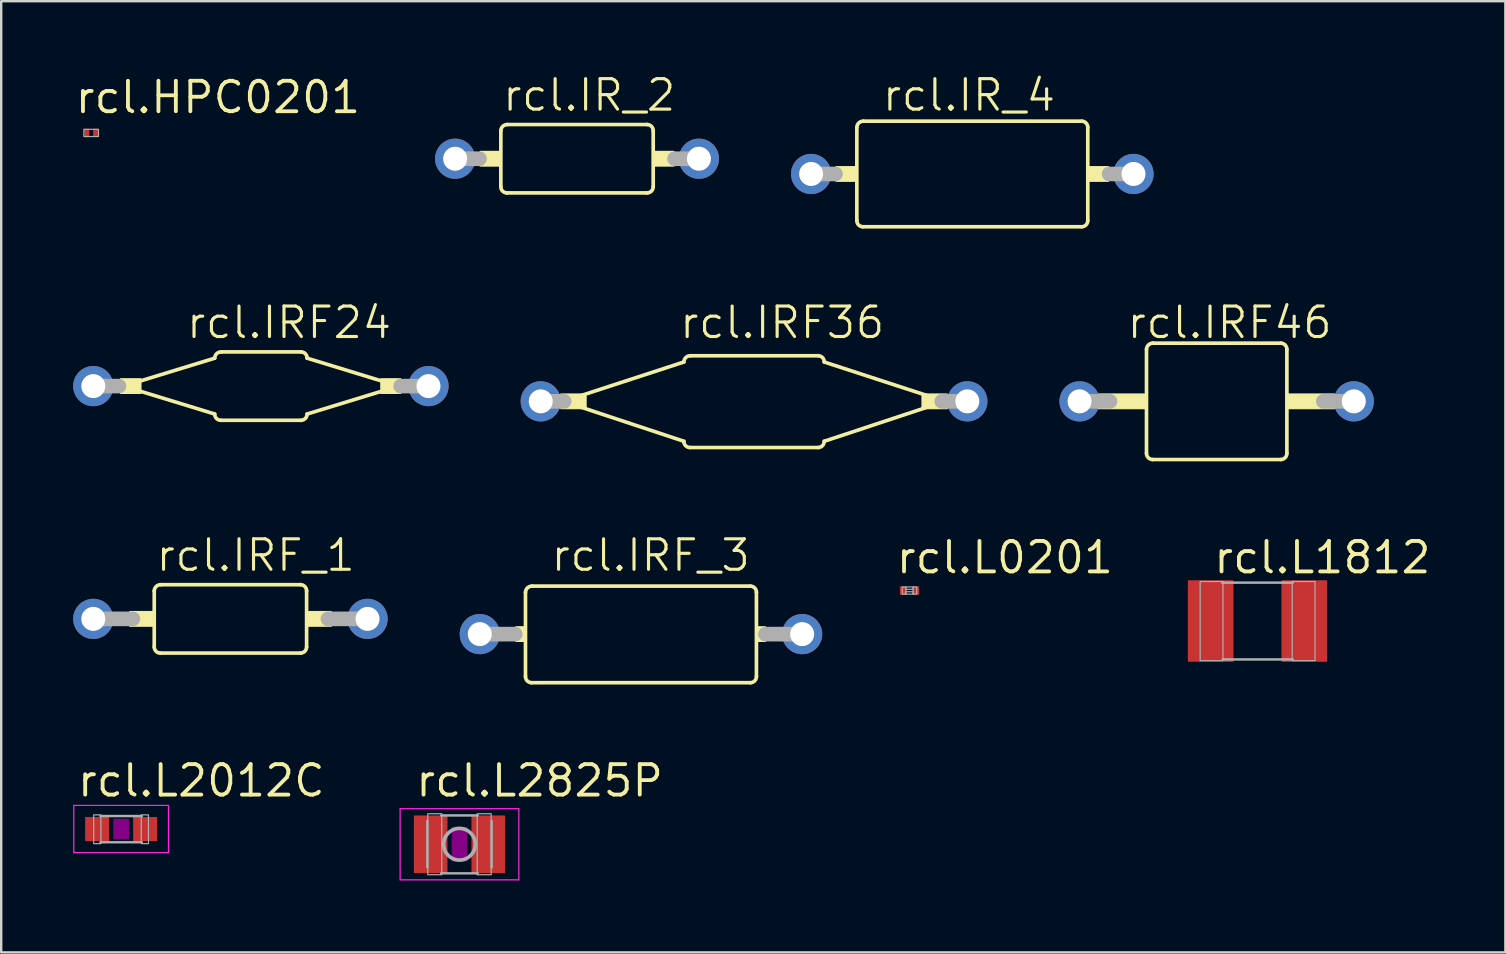
<source format=kicad_pcb>
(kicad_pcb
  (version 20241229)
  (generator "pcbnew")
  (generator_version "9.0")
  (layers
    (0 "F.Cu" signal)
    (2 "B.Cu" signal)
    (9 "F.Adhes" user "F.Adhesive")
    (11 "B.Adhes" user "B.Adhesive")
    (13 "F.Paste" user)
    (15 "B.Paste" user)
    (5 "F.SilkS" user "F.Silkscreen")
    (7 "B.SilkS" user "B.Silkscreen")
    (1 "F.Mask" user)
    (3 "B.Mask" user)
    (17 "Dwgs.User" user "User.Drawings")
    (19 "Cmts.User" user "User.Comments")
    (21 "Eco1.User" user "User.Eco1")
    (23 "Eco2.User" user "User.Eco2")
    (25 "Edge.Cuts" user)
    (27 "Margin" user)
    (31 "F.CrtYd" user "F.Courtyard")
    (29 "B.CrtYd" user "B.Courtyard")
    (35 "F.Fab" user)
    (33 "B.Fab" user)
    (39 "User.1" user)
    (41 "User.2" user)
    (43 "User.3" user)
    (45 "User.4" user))
  (footprint "rcl.IRF24"
    (layer "F.Cu")
    (at 7.823 13.041)
    (property "Reference" "rcl.IRF24" (at -3.175 -1.905 0) (layer "F.SilkS") (effects (font (size 1.27 1.27) (thickness 0.13)) (justify left bottom)))
    (attr through_hole)
    (fp_line (start -5.725 0) (end -1.925 -1.164) (stroke (width 0.152) (type default)) (layer "F.SilkS"))
    (fp_line (start -1.925 1.164) (end -5.725 0) (stroke (width 0.152) (type default)) (layer "F.SilkS"))
    (fp_line (start 1.675 -1.425) (end -1.65 -1.425) (stroke (width 0.152) (type default)) (layer "F.SilkS"))
    (fp_line (start 1.675 1.425) (end -1.675 1.425) (stroke (width 0.152) (type default)) (layer "F.SilkS"))
    (fp_line (start 1.925 1.164) (end 5.725 0) (stroke (width 0.152) (type default)) (layer "F.SilkS"))
    (fp_line (start 5.725 0) (end 1.925 -1.164) (stroke (width 0.152) (type default)) (layer "F.SilkS"))
    (fp_rect (start -5.85 0.305) (end -5 -0.305) (stroke (width 0.05) (type default)) (fill yes) (layer "F.SilkS"))
    (fp_rect (start 5 0.305) (end 5.825 -0.305) (stroke (width 0.05) (type default)) (fill yes) (layer "F.SilkS"))
    (fp_arc (start -1.925 -1.164) (mid -1.841555 -1.351454) (end -1.65 -1.425) (stroke (width 0.1524) (type default)) (layer "F.SilkS"))
    (fp_arc (start -1.675 1.425) (mid -1.854055 1.346277) (end -1.925 1.164) (stroke (width 0.1524) (type default)) (layer "F.SilkS"))
    (fp_arc (start 1.675 -1.425) (mid 1.854055 -1.346277) (end 1.925 -1.164) (stroke (width 0.1524) (type default)) (layer "F.SilkS"))
    (fp_arc (start 1.925 1.164) (mid 1.854055 1.346277) (end 1.675 1.425) (stroke (width 0.1524) (type default)) (layer "F.SilkS"))
    (fp_line (start -5.915 0) (end -6.985 0) (stroke (width 0.61) (type default)) (layer "F.Fab"))
    (fp_line (start 5.825 0) (end 6.985 0) (stroke (width 0.61) (type default)) (layer "F.Fab"))
    (pad "1" thru_hole circle (at -6.985 0) (size 1.676 1.676) (drill 1) (layers "*.Cu" "*.Mask"))
    (pad "2" thru_hole circle (at 6.985 0) (size 1.676 1.676) (drill 1) (layers "*.Cu" "*.Mask")))
  (footprint "rcl.IRF46"
    (layer "F.Cu")
    (at 47.656 13.676)
    (property "Reference" "rcl.IRF46" (at -3.81 -2.54 0) (layer "F.SilkS") (effects (font (size 1.27 1.27) (thickness 0.13)) (justify left bottom)))
    (attr through_hole)
    (fp_line (start -2.925 2.164) (end -2.925 -2.164) (stroke (width 0.152) (type default)) (layer "F.SilkS"))
    (fp_line (start 2.675 -2.425) (end -2.65 -2.425) (stroke (width 0.152) (type default)) (layer "F.SilkS"))
    (fp_line (start 2.675 2.425) (end -2.675 2.425) (stroke (width 0.152) (type default)) (layer "F.SilkS"))
    (fp_line (start 2.925 2.164) (end 2.925 -2.164) (stroke (width 0.152) (type default)) (layer "F.SilkS"))
    (fp_rect (start -4.925 0.305) (end -2.925 -0.305) (stroke (width 0.05) (type default)) (fill yes) (layer "F.SilkS"))
    (fp_rect (start 2.925 0.305) (end 4.9 -0.305) (stroke (width 0.05) (type default)) (fill yes) (layer "F.SilkS"))
    (fp_arc (start -2.925 -2.164) (mid -2.841555 -2.351454) (end -2.65 -2.425) (stroke (width 0.1524) (type default)) (layer "F.SilkS"))
    (fp_arc (start -2.675 2.425) (mid -2.854055 2.346277) (end -2.925 2.164) (stroke (width 0.1524) (type default)) (layer "F.SilkS"))
    (fp_arc (start 2.675 -2.425) (mid 2.854055 -2.346277) (end 2.925 -2.164) (stroke (width 0.1524) (type default)) (layer "F.SilkS"))
    (fp_arc (start 2.925 2.164) (mid 2.854055 2.346277) (end 2.675 2.425) (stroke (width 0.1524) (type default)) (layer "F.SilkS"))
    (fp_line (start -5.715 0) (end -4.445 0) (stroke (width 0.61) (type default)) (layer "F.Fab"))
    (fp_line (start 5.715 0) (end 4.445 0) (stroke (width 0.61) (type default)) (layer "F.Fab"))
    (pad "1" thru_hole circle (at -5.715 0) (size 1.676 1.676) (drill 1) (layers "*.Cu" "*.Mask"))
    (pad "2" thru_hole circle (at 5.715 0) (size 1.676 1.676) (drill 1) (layers "*.Cu" "*.Mask")))
  (footprint "rcl.IR_2"
    (layer "F.Cu")
    (at 20.998 3.565)
    (property "Reference" "rcl.IR_2" (at -3.175 -1.905 0) (layer "F.SilkS") (effects (font (size 1.27 1.27) (thickness 0.13)) (justify left bottom)))
    (attr through_hole)
    (fp_line (start -3.175 1.164) (end -3.175 -1.164) (stroke (width 0.152) (type default)) (layer "F.SilkS"))
    (fp_line (start 2.925 -1.425) (end -2.9 -1.425) (stroke (width 0.152) (type default)) (layer "F.SilkS"))
    (fp_line (start 2.925 1.425) (end -2.925 1.425) (stroke (width 0.152) (type default)) (layer "F.SilkS"))
    (fp_line (start 3.175 1.164) (end 3.175 -1.164) (stroke (width 0.152) (type default)) (layer "F.SilkS"))
    (fp_rect (start -4.039 0.305) (end -3.175 -0.305) (stroke (width 0.05) (type default)) (fill yes) (layer "F.SilkS"))
    (fp_rect (start 3.175 0.305) (end 4.039 -0.305) (stroke (width 0.05) (type default)) (fill yes) (layer "F.SilkS"))
    (fp_arc (start -3.175 -1.164) (mid -3.091555 -1.351454) (end -2.9 -1.425) (stroke (width 0.1524) (type default)) (layer "F.SilkS"))
    (fp_arc (start -2.925 1.425) (mid -3.104055 1.346277) (end -3.175 1.164) (stroke (width 0.1524) (type default)) (layer "F.SilkS"))
    (fp_arc (start 2.925 -1.425) (mid 3.104055 -1.346277) (end 3.175 -1.164) (stroke (width 0.1524) (type default)) (layer "F.SilkS"))
    (fp_arc (start 3.175 1.164) (mid 3.104055 1.346277) (end 2.925 1.425) (stroke (width 0.1524) (type default)) (layer "F.SilkS"))
    (fp_line (start -5.08 0) (end -4.064 0) (stroke (width 0.61) (type default)) (layer "F.Fab"))
    (fp_line (start 5.08 0) (end 4.064 0) (stroke (width 0.61) (type default)) (layer "F.Fab"))
    (pad "1" thru_hole circle (at -5.08 0) (size 1.676 1.676) (drill 1) (layers "*.Cu" "*.Mask"))
    (pad "2" thru_hole circle (at 5.08 0) (size 1.676 1.676) (drill 1) (layers "*.Cu" "*.Mask")))
  (footprint "rcl.IRF_1"
    (layer "F.Cu")
    (at 6.553 22.742)
    (property "Reference" "rcl.IRF_1" (at -3.175 -1.905 0) (layer "F.SilkS") (effects (font (size 1.27 1.27) (thickness 0.13)) (justify left bottom)))
    (attr through_hole)
    (fp_line (start -3.175 1.164) (end -3.175 -1.164) (stroke (width 0.152) (type default)) (layer "F.SilkS"))
    (fp_line (start 2.925 -1.425) (end -2.9 -1.425) (stroke (width 0.152) (type default)) (layer "F.SilkS"))
    (fp_line (start 2.925 1.425) (end -2.925 1.425) (stroke (width 0.152) (type default)) (layer "F.SilkS"))
    (fp_line (start 3.175 1.164) (end 3.175 -1.164) (stroke (width 0.152) (type default)) (layer "F.SilkS"))
    (fp_rect (start -4.2 0.305) (end -3.175 -0.305) (stroke (width 0.05) (type default)) (fill yes) (layer "F.SilkS"))
    (fp_rect (start 3.175 0.305) (end 4.2 -0.305) (stroke (width 0.05) (type default)) (fill yes) (layer "F.SilkS"))
    (fp_arc (start -3.175 -1.164) (mid -3.091555 -1.351454) (end -2.9 -1.425) (stroke (width 0.1524) (type default)) (layer "F.SilkS"))
    (fp_arc (start -2.925 1.425) (mid -3.104055 1.346277) (end -3.175 1.164) (stroke (width 0.1524) (type default)) (layer "F.SilkS"))
    (fp_arc (start 2.925 -1.425) (mid 3.104055 -1.346277) (end 3.175 -1.164) (stroke (width 0.1524) (type default)) (layer "F.SilkS"))
    (fp_arc (start 3.175 1.164) (mid 3.104055 1.346277) (end 2.925 1.425) (stroke (width 0.1524) (type default)) (layer "F.SilkS"))
    (fp_line (start -5.715 0) (end -4.064 0) (stroke (width 0.61) (type default)) (layer "F.Fab"))
    (fp_line (start 5.715 0) (end 4.064 0) (stroke (width 0.61) (type default)) (layer "F.Fab"))
    (pad "1" thru_hole circle (at -5.715 0) (size 1.676 1.676) (drill 1) (layers "*.Cu" "*.Mask"))
    (pad "2" thru_hole circle (at 5.715 0) (size 1.676 1.676) (drill 1) (layers "*.Cu" "*.Mask")))
  (footprint "rcl.L2012C"
    (layer "F.Cu")
    (at 1.998 31.499)
    (property "Reference" "rcl.L2012C" (at -1.905 -1.27 0) (layer "F.SilkS") (effects (font (size 1.27 1.27) (thickness 0.16)) (justify left bottom)))
    (attr smd)
    (fp_rect (start -0.3 0.4) (end 0.3 -0.4) (stroke (width 0.05) (type default)) (fill yes) (layer "F.Adhes"))
    (fp_line (start -1.973 -0.983) (end 1.973 -0.983) (stroke (width 0.051) (type default)) (layer "F.CrtYd"))
    (fp_line (start -1.973 0.983) (end -1.973 -0.983) (stroke (width 0.051) (type default)) (layer "F.CrtYd"))
    (fp_line (start 1.973 -0.983) (end 1.973 0.983) (stroke (width 0.051) (type default)) (layer "F.CrtYd"))
    (fp_line (start 1.973 0.983) (end -1.973 0.983) (stroke (width 0.051) (type default)) (layer "F.CrtYd"))
    (fp_line (start -0.864 -0.54) (end 0.864 -0.54) (stroke (width 0.102) (type default)) (layer "F.Fab"))
    (fp_line (start -0.864 0.553) (end 0.864 0.553) (stroke (width 0.102) (type default)) (layer "F.Fab"))
    (fp_rect (start -1.143 0.61) (end -0.843 -0.59) (stroke (width 0.05) (type default)) (fill no) (layer "F.Fab"))
    (fp_rect (start 0.838 0.61) (end 1.138 -0.59) (stroke (width 0.05) (type default)) (fill no) (layer "F.Fab"))
    (pad "1" smd roundrect (at -1 0) (size 1 1) (layers "F.Cu" "F.Mask" "F.Paste") (roundrect_rratio 0.01))
    (pad "2" smd roundrect (at 1 0) (size 1 1) (layers "F.Cu" "F.Mask" "F.Paste") (roundrect_rratio 0.01)))
  (footprint "rcl.IRF_3"
    (layer "F.Cu")
    (at 23.65 23.377)
    (property "Reference" "rcl.IRF_3" (at -3.81 -2.54 0) (layer "F.SilkS") (effects (font (size 1.27 1.27) (thickness 0.13)) (justify left bottom)))
    (attr through_hole)
    (fp_line (start -4.8 1.764) (end -4.8 -1.739) (stroke (width 0.152) (type default)) (layer "F.SilkS"))
    (fp_line (start 4.575 -2) (end -4.525 -2) (stroke (width 0.152) (type default)) (layer "F.SilkS"))
    (fp_line (start 4.575 2.025) (end -4.55 2.025) (stroke (width 0.152) (type default)) (layer "F.SilkS"))
    (fp_line (start 4.825 1.764) (end 4.825 -1.739) (stroke (width 0.152) (type default)) (layer "F.SilkS"))
    (fp_rect (start -5.2 0.305) (end -4.8 -0.305) (stroke (width 0.05) (type default)) (fill yes) (layer "F.SilkS"))
    (fp_rect (start 4.825 0.305) (end 5.2 -0.305) (stroke (width 0.05) (type default)) (fill yes) (layer "F.SilkS"))
    (fp_arc (start -4.8 -1.739) (mid -4.716555 -1.926454) (end -4.525 -2) (stroke (width 0.1524) (type default)) (layer "F.SilkS"))
    (fp_arc (start -4.55 2.025) (mid -4.729055 1.946277) (end -4.8 1.764) (stroke (width 0.1524) (type default)) (layer "F.SilkS"))
    (fp_arc (start 4.575 -2) (mid 4.754055 -1.921277) (end 4.825 -1.739) (stroke (width 0.1524) (type default)) (layer "F.SilkS"))
    (fp_arc (start 4.825 1.764) (mid 4.754055 1.946277) (end 4.575 2.025) (stroke (width 0.1524) (type default)) (layer "F.SilkS"))
    (fp_line (start -6.705 0) (end -5.225 0) (stroke (width 0.61) (type default)) (layer "F.Fab"))
    (fp_line (start 6.73 0) (end 5.2 0) (stroke (width 0.61) (type default)) (layer "F.Fab"))
    (pad "1" thru_hole circle (at -6.705 0) (size 1.676 1.676) (drill 1) (layers "*.Cu" "*.Mask"))
    (pad "2" thru_hole circle (at 6.73 0) (size 1.676 1.676) (drill 1) (layers "*.Cu" "*.Mask")))
  (footprint "rcl.HPC0201"
    (layer "F.Cu")
    (at 0.75 2.49)
    (property "Reference" "rcl.HPC0201" (at -0.75 -0.74 0) (layer "F.SilkS") (effects (font (size 1.27 1.27) (thickness 0.16)) (justify left bottom)))
    (attr smd)
    (fp_rect (start -0.305 0.15) (end 0.305 -0.15) (stroke (width 0.05) (type default)) (fill no) (layer "F.Fab"))
    (pad "1" smd roundrect (at -0.18 0) (size 0.2 0.35) (layers "F.Cu" "F.Mask" "F.Paste") (roundrect_rratio 0.01))
    (pad "2" smd roundrect (at 0.18 0) (size 0.2 0.35) (layers "F.Cu" "F.Mask" "F.Paste") (roundrect_rratio 0.01)))
  (footprint "rcl.L0201"
    (layer "F.Cu")
    (at 34.853 21.562)
    (property "Reference" "rcl.L0201" (at -0.635 -0.635 0) (layer "F.SilkS") (effects (font (size 1.27 1.27) (thickness 0.16)) (justify left bottom)))
    (attr smd)
    (fp_rect (start -0.3 0.15) (end -0.15 -0.15) (stroke (width 0.05) (type default)) (fill no) (layer "F.Fab"))
    (fp_rect (start -0.15 -0.05) (end 0.15 -0.15) (stroke (width 0.05) (type default)) (fill no) (layer "F.Fab"))
    (fp_rect (start -0.15 0.15) (end 0.15 0.05) (stroke (width 0.05) (type default)) (fill no) (layer "F.Fab"))
    (fp_rect (start 0.15 0.15) (end 0.3 -0.15) (stroke (width 0.05) (type default)) (fill no) (layer "F.Fab"))
    (pad "1" smd roundrect (at -0.275 0) (size 0.25 0.35) (layers "F.Cu" "F.Mask" "F.Paste") (roundrect_rratio 0.01))
    (pad "2" smd roundrect (at 0.275 0) (size 0.25 0.35) (layers "F.Cu" "F.Mask" "F.Paste") (roundrect_rratio 0.01)))
  (footprint "rcl.IRF36"
    (layer "F.Cu")
    (at 28.375 13.676)
    (property "Reference" "rcl.IRF36" (at -3.175 -2.54 0) (layer "F.SilkS") (effects (font (size 1.27 1.27) (thickness 0.13)) (justify left bottom)))
    (attr through_hole)
    (fp_line (start -7.95 0) (end -2.925 -1.639) (stroke (width 0.152) (type default)) (layer "F.SilkS"))
    (fp_line (start -2.925 1.664) (end -7.95 0) (stroke (width 0.152) (type default)) (layer "F.SilkS"))
    (fp_line (start 2.675 -1.9) (end -2.65 -1.9) (stroke (width 0.152) (type default)) (layer "F.SilkS"))
    (fp_line (start 2.675 1.925) (end -2.675 1.925) (stroke (width 0.152) (type default)) (layer "F.SilkS"))
    (fp_line (start 2.925 1.664) (end 7.95 0) (stroke (width 0.152) (type default)) (layer "F.SilkS"))
    (fp_line (start 7.95 0) (end 2.925 -1.639) (stroke (width 0.152) (type default)) (layer "F.SilkS"))
    (fp_rect (start -8.05 0.305) (end -7 -0.305) (stroke (width 0.05) (type default)) (fill yes) (layer "F.SilkS"))
    (fp_rect (start 7 0.305) (end 8.05 -0.305) (stroke (width 0.05) (type default)) (fill yes) (layer "F.SilkS"))
    (fp_arc (start -2.925 -1.639) (mid -2.841555 -1.826454) (end -2.65 -1.9) (stroke (width 0.1524) (type default)) (layer "F.SilkS"))
    (fp_arc (start -2.675 1.925) (mid -2.854055 1.846277) (end -2.925 1.664) (stroke (width 0.1524) (type default)) (layer "F.SilkS"))
    (fp_arc (start 2.675 -1.9) (mid 2.854055 -1.821277) (end 2.925 -1.639) (stroke (width 0.1524) (type default)) (layer "F.SilkS"))
    (fp_arc (start 2.925 1.664) (mid 2.854055 1.846277) (end 2.675 1.925) (stroke (width 0.1524) (type default)) (layer "F.SilkS"))
    (fp_line (start -7.915 0) (end -8.89 0) (stroke (width 0.61) (type default)) (layer "F.Fab"))
    (fp_line (start 7.825 0) (end 8.89 0) (stroke (width 0.61) (type default)) (layer "F.Fab"))
    (pad "1" thru_hole circle (at -8.89 0) (size 1.676 1.676) (drill 1) (layers "*.Cu" "*.Mask"))
    (pad "2" thru_hole circle (at 8.89 0) (size 1.676 1.676) (drill 1) (layers "*.Cu" "*.Mask")))
  (footprint "rcl.L2825P"
    (layer "F.Cu")
    (at 16.099 32.134)
    (property "Reference" "rcl.L2825P" (at -1.905 -1.905 0) (layer "F.SilkS") (effects (font (size 1.27 1.27) (thickness 0.16)) (justify left bottom)))
    (attr smd)
    (fp_rect (start -0.3 0.7) (end 0.3 -0.7) (stroke (width 0.05) (type default)) (fill yes) (layer "F.Adhes"))
    (fp_line (start -2.473 -1.483) (end 2.473 -1.483) (stroke (width 0.051) (type default)) (layer "F.CrtYd"))
    (fp_line (start -2.473 1.483) (end -2.473 -1.483) (stroke (width 0.051) (type default)) (layer "F.CrtYd"))
    (fp_line (start 2.473 -1.483) (end 2.473 1.483) (stroke (width 0.051) (type default)) (layer "F.CrtYd"))
    (fp_line (start 2.473 1.483) (end -2.473 1.483) (stroke (width 0.051) (type default)) (layer "F.CrtYd"))
    (fp_line (start -1.34 -0.965) (end -1.34 0.965) (stroke (width 0.102) (type default)) (layer "F.Fab"))
    (fp_line (start -0.762 -1.2) (end 0.762 -1.2) (stroke (width 0.102) (type default)) (layer "F.Fab"))
    (fp_line (start -0.762 1.213) (end 0.762 1.213) (stroke (width 0.102) (type default)) (layer "F.Fab"))
    (fp_line (start 1.34 0.965) (end 1.34 -0.965) (stroke (width 0.102) (type default)) (layer "F.Fab"))
    (fp_rect (start -1.321 1.27) (end -0.737 -1.27) (stroke (width 0.05) (type default)) (fill no) (layer "F.Fab"))
    (fp_rect (start 0.737 1.27) (end 1.321 -1.27) (stroke (width 0.05) (type default)) (fill no) (layer "F.Fab"))
    (fp_circle (center 0 0) (end 0.66 0) (stroke (width 0.152) (type default)) (fill no) (layer "F.Fab"))
    (pad "1" smd roundrect (at -1.2 0) (size 1.4 2.4) (layers "F.Cu" "F.Mask" "F.Paste") (roundrect_rratio 0.01))
    (pad "2" smd roundrect (at 1.2 0) (size 1.4 2.4) (layers "F.Cu" "F.Mask" "F.Paste") (roundrect_rratio 0.01)))
  (footprint "rcl.L1812"
    (layer "F.Cu")
    (at 49.355 22.832)
    (property "Reference" "rcl.L1812" (at -1.905 -1.905 0) (layer "F.SilkS") (effects (font (size 1.27 1.27) (thickness 0.16)) (justify left bottom)))
    (attr smd)
    (fp_line (start -1.473 -1.6) (end 1.473 -1.6) (stroke (width 0.102) (type default)) (layer "F.Fab"))
    (fp_line (start -1.448 1.6) (end 1.473 1.6) (stroke (width 0.102) (type default)) (layer "F.Fab"))
    (fp_rect (start -2.388 1.651) (end -1.438 -1.649) (stroke (width 0.05) (type default)) (fill no) (layer "F.Fab"))
    (fp_rect (start 1.448 1.651) (end 2.398 -1.649) (stroke (width 0.05) (type default)) (fill no) (layer "F.Fab"))
    (pad "1" smd roundrect (at -1.95 0) (size 1.9 3.4) (layers "F.Cu" "F.Mask" "F.Paste") (roundrect_rratio 0.01))
    (pad "2" smd roundrect (at 1.95 0) (size 1.9 3.4) (layers "F.Cu" "F.Mask" "F.Paste") (roundrect_rratio 0.01)))
  (footprint "rcl.IR_4"
    (layer "F.Cu")
    (at 37.459 4.2)
    (property "Reference" "rcl.IR_4" (at -3.81 -2.54 0) (layer "F.SilkS") (effects (font (size 1.27 1.27) (thickness 0.13)) (justify left bottom)))
    (attr through_hole)
    (fp_line (start -4.8 1.939) (end -4.8 -1.939) (stroke (width 0.152) (type default)) (layer "F.SilkS"))
    (fp_line (start 4.575 -2.2) (end -4.525 -2.2) (stroke (width 0.152) (type default)) (layer "F.SilkS"))
    (fp_line (start 4.575 2.2) (end -4.55 2.2) (stroke (width 0.152) (type default)) (layer "F.SilkS"))
    (fp_line (start 4.825 1.939) (end 4.825 -1.939) (stroke (width 0.152) (type default)) (layer "F.SilkS"))
    (fp_rect (start -5.664 0.305) (end -4.8 -0.305) (stroke (width 0.05) (type default)) (fill yes) (layer "F.SilkS"))
    (fp_rect (start 4.825 0.305) (end 5.689 -0.305) (stroke (width 0.05) (type default)) (fill yes) (layer "F.SilkS"))
    (fp_arc (start -4.8 -1.939) (mid -4.716555 -2.126454) (end -4.525 -2.2) (stroke (width 0.1524) (type default)) (layer "F.SilkS"))
    (fp_arc (start -4.55 2.2) (mid -4.729055 2.121277) (end -4.8 1.939) (stroke (width 0.1524) (type default)) (layer "F.SilkS"))
    (fp_arc (start 4.575 -2.2) (mid 4.754055 -2.121277) (end 4.825 -1.939) (stroke (width 0.1524) (type default)) (layer "F.SilkS"))
    (fp_arc (start 4.825 1.939) (mid 4.754055 2.121277) (end 4.575 2.2) (stroke (width 0.1524) (type default)) (layer "F.SilkS"))
    (fp_line (start -6.705 0) (end -5.689 0) (stroke (width 0.61) (type default)) (layer "F.Fab"))
    (fp_line (start 6.73 0) (end 5.714 0) (stroke (width 0.61) (type default)) (layer "F.Fab"))
    (pad "1" thru_hole circle (at -6.705 0) (size 1.676 1.676) (drill 1) (layers "*.Cu" "*.Mask"))
    (pad "2" thru_hole circle (at 6.73 0) (size 1.676 1.676) (drill 1) (layers "*.Cu" "*.Mask")))
  (gr_rect
    (start -3 -3)
    (end 59.687 36.642)
    (stroke (width 0.1) (type default))
    (fill no)
    (layer "Edge.Cuts")))
</source>
